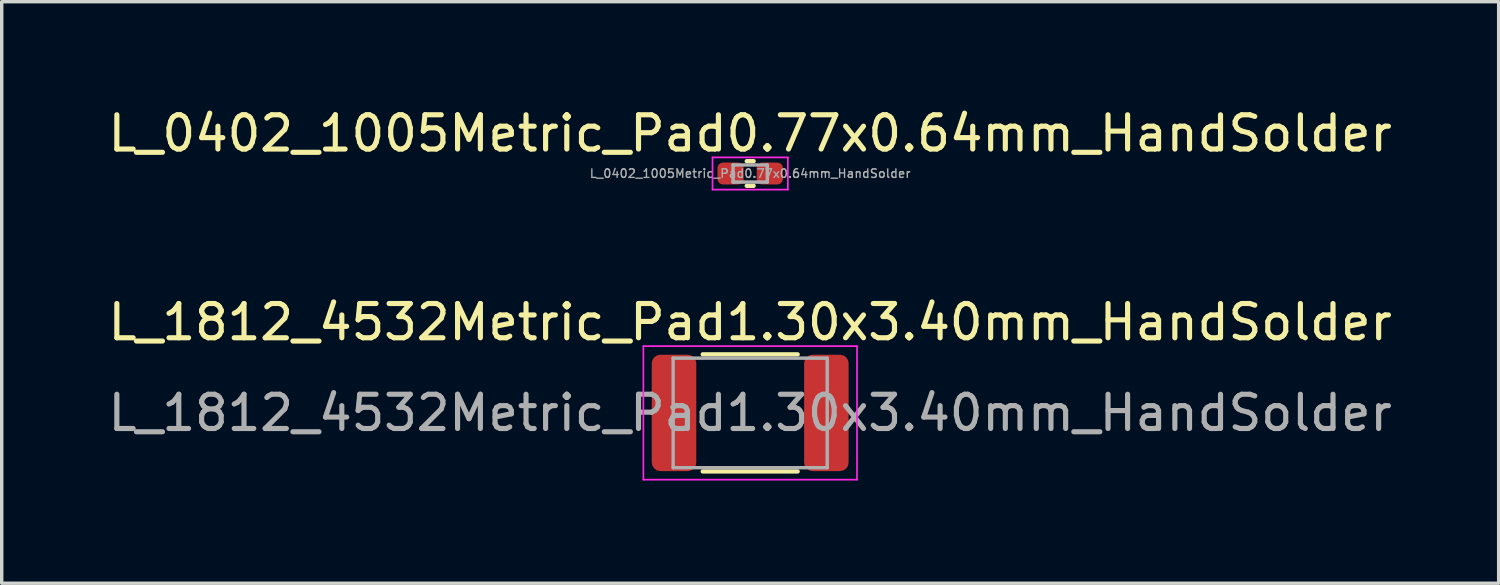
<source format=kicad_pcb>
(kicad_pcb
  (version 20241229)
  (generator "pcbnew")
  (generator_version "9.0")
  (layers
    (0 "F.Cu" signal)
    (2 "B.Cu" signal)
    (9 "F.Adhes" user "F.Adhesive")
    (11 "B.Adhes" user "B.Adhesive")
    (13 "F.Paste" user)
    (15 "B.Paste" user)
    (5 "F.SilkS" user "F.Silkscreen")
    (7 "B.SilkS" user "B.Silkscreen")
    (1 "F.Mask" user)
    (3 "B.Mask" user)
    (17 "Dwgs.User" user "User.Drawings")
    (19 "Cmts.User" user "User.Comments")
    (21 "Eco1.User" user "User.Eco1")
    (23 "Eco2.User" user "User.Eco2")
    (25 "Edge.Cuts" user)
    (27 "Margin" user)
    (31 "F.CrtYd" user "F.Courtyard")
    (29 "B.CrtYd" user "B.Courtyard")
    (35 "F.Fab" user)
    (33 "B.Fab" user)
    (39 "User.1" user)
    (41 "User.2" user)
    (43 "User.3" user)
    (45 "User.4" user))
  (footprint "L_0402_1005Metric_Pad0.77x0.64mm_HandSolder"
    (layer "F.Cu")
    (at 18.863 2.018)
    (property "Reference" "L_0402_1005Metric_Pad0.77x0.64mm_HandSolder" (at 0 -1.17 0) (layer "F.SilkS") (effects (font (size 1 1) (thickness 0.15))))
    (attr smd)
    (fp_line (start -0.1 -0.36) (end 0.1 -0.36) (stroke (width 0.127) (type solid)) (layer "F.SilkS"))
    (fp_line (start -0.1 0.36) (end 0.1 0.36) (stroke (width 0.127) (type solid)) (layer "F.SilkS"))
    (fp_line (start -1.1 -0.47) (end 1.1 -0.47) (stroke (width 0.05) (type solid)) (layer "F.CrtYd"))
    (fp_line (start -1.1 0.47) (end -1.1 -0.47) (stroke (width 0.05) (type solid)) (layer "F.CrtYd"))
    (fp_line (start 1.1 -0.47) (end 1.1 0.47) (stroke (width 0.05) (type solid)) (layer "F.CrtYd"))
    (fp_line (start 1.1 0.47) (end -1.1 0.47) (stroke (width 0.05) (type solid)) (layer "F.CrtYd"))
    (fp_line (start -0.5 -0.25) (end 0.5 -0.25) (stroke (width 0.1) (type solid)) (layer "F.Fab"))
    (fp_line (start -0.5 0.25) (end -0.5 -0.25) (stroke (width 0.1) (type solid)) (layer "F.Fab"))
    (fp_line (start 0.5 -0.25) (end 0.5 0.25) (stroke (width 0.1) (type solid)) (layer "F.Fab"))
    (fp_line (start 0.5 0.25) (end -0.5 0.25) (stroke (width 0.1) (type solid)) (layer "F.Fab"))
    (fp_text user "${REFERENCE}" (at 0 0 0) (layer "F.Fab") (effects (font (size 0.25 0.25) (thickness 0.04))))
    (pad "1" smd roundrect (at -0.573 0) (size 0.765 0.64) (layers "F.Cu" "F.Mask" "F.Paste") (roundrect_rratio 0.25))
    (pad "2" smd roundrect (at 0.573 0) (size 0.765 0.64) (layers "F.Cu" "F.Mask" "F.Paste") (roundrect_rratio 0.25)))
  (footprint "L_1812_4532Metric_Pad1.30x3.40mm_HandSolder"
    (layer "F.Cu")
    (at 18.863 9.011)
    (property "Reference" "L_1812_4532Metric_Pad1.30x3.40mm_HandSolder" (at 0 -2.65 0) (layer "F.SilkS") (effects (font (size 1 1) (thickness 0.15))))
    (attr smd)
    (fp_line (start -1.386 -1.71) (end 1.386 -1.71) (stroke (width 0.127) (type solid)) (layer "F.SilkS"))
    (fp_line (start -1.386 1.71) (end 1.386 1.71) (stroke (width 0.127) (type solid)) (layer "F.SilkS"))
    (fp_line (start -3.12 -1.95) (end 3.12 -1.95) (stroke (width 0.05) (type solid)) (layer "F.CrtYd"))
    (fp_line (start -3.12 1.95) (end -3.12 -1.95) (stroke (width 0.05) (type solid)) (layer "F.CrtYd"))
    (fp_line (start 3.12 -1.95) (end 3.12 1.95) (stroke (width 0.05) (type solid)) (layer "F.CrtYd"))
    (fp_line (start 3.12 1.95) (end -3.12 1.95) (stroke (width 0.05) (type solid)) (layer "F.CrtYd"))
    (fp_line (start -2.25 -1.6) (end 2.25 -1.6) (stroke (width 0.1) (type solid)) (layer "F.Fab"))
    (fp_line (start -2.25 1.6) (end -2.25 -1.6) (stroke (width 0.1) (type solid)) (layer "F.Fab"))
    (fp_line (start 2.25 -1.6) (end 2.25 1.6) (stroke (width 0.1) (type solid)) (layer "F.Fab"))
    (fp_line (start 2.25 1.6) (end -2.25 1.6) (stroke (width 0.1) (type solid)) (layer "F.Fab"))
    (fp_text user "${REFERENCE}" (at 0 0 0) (layer "F.Fab") (effects (font (size 1 1) (thickness 0.15))))
    (pad "1" smd roundrect (at -2.225 0) (size 1.3 3.4) (layers "F.Cu" "F.Mask" "F.Paste") (roundrect_rratio 0.192))
    (pad "2" smd roundrect (at 2.225 0) (size 1.3 3.4) (layers "F.Cu" "F.Mask" "F.Paste") (roundrect_rratio 0.192)))
  (gr_rect
    (start -3 -3)
    (end 40.726 13.986)
    (stroke (width 0.1) (type default))
    (fill no)
    (layer "Edge.Cuts")))
</source>
